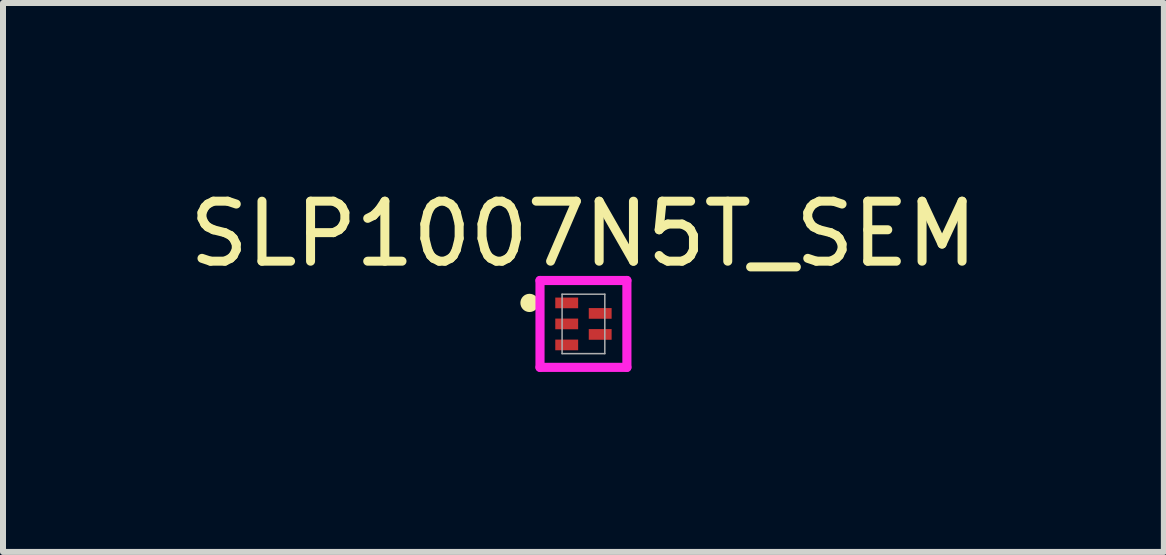
<source format=kicad_pcb>
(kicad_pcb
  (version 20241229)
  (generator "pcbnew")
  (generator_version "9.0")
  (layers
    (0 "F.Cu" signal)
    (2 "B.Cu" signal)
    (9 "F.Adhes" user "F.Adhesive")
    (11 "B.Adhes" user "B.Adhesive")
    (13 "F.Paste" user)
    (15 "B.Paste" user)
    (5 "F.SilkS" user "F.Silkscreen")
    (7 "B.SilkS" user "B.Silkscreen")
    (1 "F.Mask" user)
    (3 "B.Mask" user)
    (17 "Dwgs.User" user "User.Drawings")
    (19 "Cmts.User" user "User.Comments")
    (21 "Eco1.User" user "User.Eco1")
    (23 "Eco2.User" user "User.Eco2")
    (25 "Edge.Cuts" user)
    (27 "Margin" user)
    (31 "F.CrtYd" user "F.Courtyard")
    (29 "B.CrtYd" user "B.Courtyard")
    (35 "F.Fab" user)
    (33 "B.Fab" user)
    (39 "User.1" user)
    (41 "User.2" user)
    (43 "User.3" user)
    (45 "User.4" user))
  (footprint "SLP1007N5T_SEM"
    (layer "F.Cu")
    (at 6.673 2.348)
    (property "Reference" "SLP1007N5T_SEM" (at 0 -1.5 0) (unlocked yes) (layer "F.SilkS") (effects (font (size 1 1) (thickness 0.15))))
    (attr smd)
    (fp_circle (center -0.899 -0.35) (end -0.823 -0.35) (stroke (width 0.152) (type solid)) (fill no) (layer "F.SilkS"))
    (fp_line (start -0.724 -0.724) (end 0.724 -0.724) (stroke (width 0.152) (type solid)) (layer "F.CrtYd"))
    (fp_line (start -0.724 0.724) (end -0.724 -0.724) (stroke (width 0.152) (type solid)) (layer "F.CrtYd"))
    (fp_line (start 0.724 -0.724) (end 0.724 0.724) (stroke (width 0.152) (type solid)) (layer "F.CrtYd"))
    (fp_line (start 0.724 0.724) (end -0.724 0.724) (stroke (width 0.152) (type solid)) (layer "F.CrtYd"))
    (fp_line (start -0.356 -0.495) (end -0.356 0.495) (stroke (width 0.025) (type solid)) (layer "F.Fab"))
    (fp_line (start -0.356 0.495) (end 0.356 0.495) (stroke (width 0.025) (type solid)) (layer "F.Fab"))
    (fp_line (start 0.356 -0.495) (end -0.356 -0.495) (stroke (width 0.025) (type solid)) (layer "F.Fab"))
    (fp_line (start 0.356 0.495) (end 0.356 -0.495) (stroke (width 0.025) (type solid)) (layer "F.Fab"))
    (pad "1" smd rect (at -0.279 -0.35) (size 0.381 0.178) (layers "F.Cu" "F.Mask" "F.Paste"))
    (pad "2" smd rect (at -0.279 0) (size 0.381 0.178) (layers "F.Cu" "F.Mask" "F.Paste"))
    (pad "3" smd rect (at -0.279 0.35) (size 0.381 0.178) (layers "F.Cu" "F.Mask" "F.Paste"))
    (pad "4" smd rect (at 0.279 0.175) (size 0.381 0.178) (layers "F.Cu" "F.Mask" "F.Paste"))
    (pad "5" smd rect (at 0.279 -0.175) (size 0.381 0.178) (layers "F.Cu" "F.Mask" "F.Paste")))
  (gr_rect
    (start -3 -3)
    (end 16.345 6.148)
    (stroke (width 0.1) (type default))
    (fill no)
    (layer "Edge.Cuts")))
</source>
